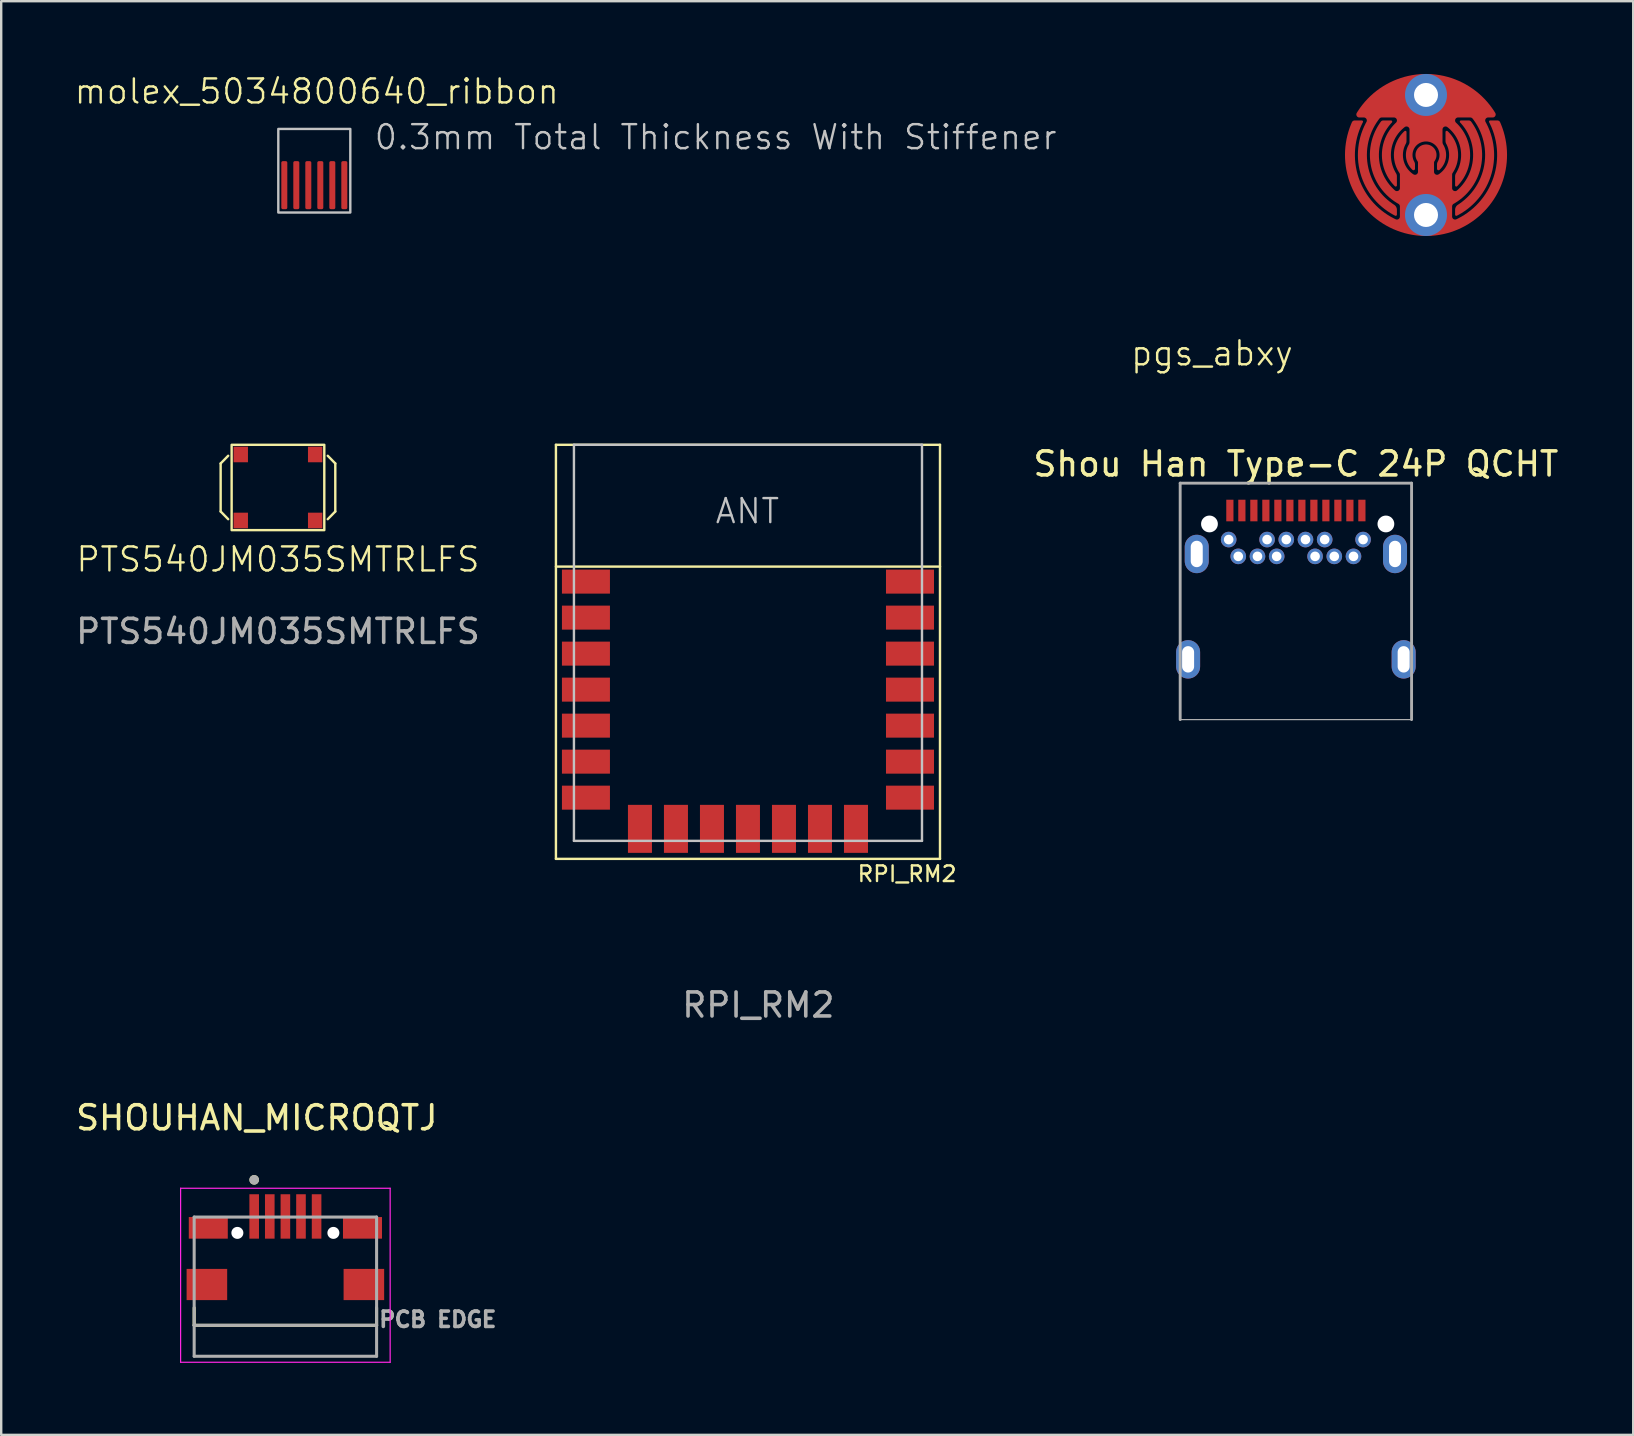
<source format=kicad_pcb>
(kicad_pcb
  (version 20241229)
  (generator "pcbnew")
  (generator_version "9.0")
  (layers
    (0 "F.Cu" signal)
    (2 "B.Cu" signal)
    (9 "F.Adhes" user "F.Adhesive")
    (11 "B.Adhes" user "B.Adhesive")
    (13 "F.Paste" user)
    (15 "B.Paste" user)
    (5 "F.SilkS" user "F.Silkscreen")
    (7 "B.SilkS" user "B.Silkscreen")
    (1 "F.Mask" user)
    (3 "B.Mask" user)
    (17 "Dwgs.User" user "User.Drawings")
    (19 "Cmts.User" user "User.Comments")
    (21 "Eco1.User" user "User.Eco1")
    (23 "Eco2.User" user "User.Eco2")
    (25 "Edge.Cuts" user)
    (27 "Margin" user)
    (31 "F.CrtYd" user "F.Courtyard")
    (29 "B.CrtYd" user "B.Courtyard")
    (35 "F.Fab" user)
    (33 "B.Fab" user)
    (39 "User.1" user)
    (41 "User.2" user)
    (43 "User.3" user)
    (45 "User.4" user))
  (footprint "PTS540JM035SMTRLFS"
    (layer "F.Cu")
    (at 8.53 17.258)
    (property "Reference" "PTS540JM035SMTRLFS" (at 0 2.997 0) (unlocked yes) (layer "F.SilkS") (effects (font (size 1 1) (thickness 0.1))))
    (attr smd)
    (fp_line (start -2.388 -1) (end -2.388 1) (stroke (width 0.1) (type default)) (layer "F.SilkS"))
    (fp_line (start -2.388 -1) (end -2.074 -1.321) (stroke (width 0.1) (type default)) (layer "F.SilkS"))
    (fp_line (start -2.388 1) (end -2.074 1.321) (stroke (width 0.1) (type default)) (layer "F.SilkS"))
    (fp_line (start 2.388 -1) (end 2.074 -1.321) (stroke (width 0.1) (type default)) (layer "F.SilkS"))
    (fp_line (start 2.388 1) (end 2.074 1.321) (stroke (width 0.1) (type default)) (layer "F.SilkS"))
    (fp_line (start 2.388 1) (end 2.388 -1) (stroke (width 0.1) (type default)) (layer "F.SilkS"))
    (fp_rect (start -1.93 -1.778) (end 1.93 1.778) (stroke (width 0.1) (type default)) (fill no) (layer "F.SilkS"))
    (fp_text user "${REFERENCE}" (at 0 5.997 0) (unlocked yes) (layer "F.Fab") (effects (font (size 1 1) (thickness 0.15))))
    (pad "1" smd rect (at -1.55 -1.375) (size 0.6 0.65) (layers "F.Cu" "F.Mask" "F.Paste"))
    (pad "2" smd rect (at 1.55 -1.375) (size 0.6 0.65) (layers "F.Cu" "F.Mask" "F.Paste"))
    (pad "3" smd rect (at -1.55 1.375) (size 0.6 0.65) (layers "F.Cu" "F.Mask" "F.Paste"))
    (pad "4" smd rect (at 1.55 1.375) (size 0.6 0.65) (layers "F.Cu" "F.Mask" "F.Paste")))
  (footprint "pgs_abxy"
    (layer "F.Cu")
    (at 56.357 3.406)
    (property "Reference" "pgs_abxy" (at -8.915 8.263 0) (unlocked yes) (layer "F.SilkS") (effects (font (size 1 1) (thickness 0.1))))
    (attr smd)
    (fp_circle (center 0 0) (end 3.4 0) (stroke (width 0.013) (type solid)) (fill yes) (layer "F.Mask"))
    (pad "1" smd custom (at -0.584 1.27) (size 0.5 0.5) (layers "F.Cu" "F.Mask") (options (anchor circle)) (primitives (gr_poly (pts (arc (start 0.918015 -0.56935) (mid 0.983555 -0.459371) (end 1.111495 -0.464788)) (arc (start 1.111495 -0.464788) (mid 1.518152 -1.037321) (end 1.427628 -1.733719)) (arc (start 1.427628 -1.733719) (mid 1.404186 -1.793418) (end 1.3967 -1.857115)) (arc (start 1.3967 -2.2259) (mid 1.426387 -2.271541) (end 1.480195 -2.263025)) (arc (start 1.480195 -2.263025) (mid 1.911812 -1.432337) (end 1.693068 -0.522124)) (arc (start 1.693068 -0.522124) (mid 1.677148 -0.488763) (end 1.6717 -0.4522)) (arc (start 1.6717 0.11067) (mid 1.745129 0.224551) (end 1.879183 0.204593)) (arc (start 1.879183 0.204593) (mid 2.544738 -1.182265) (end 2.005721 -2.623028)) (arc (start 2.005721 -2.623028) (mid 1.995996 -2.677162) (end 2.041938 -2.7075)) (arc (start 2.3654 -2.7075) (mid 2.421758 -2.694069) (end 2.465981 -2.656653)) (arc (start 2.465981 -2.656653) (mid 2.870124 -0.78168) (end 1.735152 0.764506)) (arc (start 1.735152 0.764506) (mid 1.688736 0.810341) (end 1.6717 0.8733)) (arc (start 1.6717 1.295395) (mid 1.729806 1.401007) (end 1.850114 1.408408)) (arc (start 1.850114 1.408408) (mid 3.391318 -0.323166) (end 3.213768 -2.634471)) (arc (start 3.213768 -2.634471) (mid 3.216026 -2.684375) (end 3.260345 -2.7075)) (arc (start 3.5574 -2.7075) (mid 3.625625 -2.687215) (end 3.671741 -2.632981)) (arc (start 3.671741 -2.632981) (mid 0.5842 2.105) (end -2.503341 -2.632981)) (arc (start -2.503341 -2.632981) (mid -2.457233 -2.687226) (end -2.388988 -2.7075)) (arc (start -2.089747 -2.7075) (mid -2.046971 -2.68347) (end -2.045368 -2.634471)) (arc (start -2.045368 -2.634471) (mid -2.22292 -0.323166) (end -0.681714 1.408408)) (arc (start -0.681714 1.408408) (mid -0.561411 1.400991) (end -0.5033 1.295394)) (arc (start -0.5033 0.873303) (mid -0.520317 0.810329) (end -0.566752 0.764506)) (arc (start -0.566752 0.764506) (mid -1.701724 -0.78168) (end -1.297581 -2.656653)) (arc (start -1.297581 -2.656653) (mid -1.253323 -2.694069) (end -1.196949 -2.7075)) (arc (start -0.873538 -2.7075) (mid -0.827538 -2.677196) (end -0.837321 -2.623028)) (arc (start -0.837321 -2.623028) (mid -1.376338 -1.182265) (end -0.710783 0.204593)) (arc (start -0.710783 0.204593) (mid -0.57675 0.224549) (end -0.5033 0.11067)) (arc (start -0.5033 -0.45223) (mid -0.508774 -0.488772) (end -0.524668 -0.522124)) (arc (start -0.524668 -0.522124) (mid -0.743412 -1.432337) (end -0.311795 -2.263025)) (arc (start -0.311795 -2.263025) (mid -0.257998 -2.271567) (end -0.2283 -2.225902)) (arc (start -0.2283 -1.854163) (mid -0.236155 -1.791987) (end -0.259228 -1.733719)) (arc (start -0.259228 -1.733719) (mid -0.349755 -1.037322) (end 0.056905 -0.464788)) (arc (start 0.056905 -0.464788) (mid 0.184819 -0.459397) (end 0.250385 -0.569361)) (arc (start 0.250385 -0.944588) (mid 0.24449 -0.982535) (end 0.227344 -1.016899)) (arc (start 0.227344 -1.016899) (mid 0.5842 -1.7075) (end 0.941056 -1.016899)) (arc (start 0.941056 -1.016899) (mid 0.923924 -0.982537) (end 0.918015 -0.9446))) (width 0) (fill yes))))
    (pad "1" thru_hole circle (at 0 2.5) (size 1.75 1.75) (drill 1) (layers "*.Cu" "*.Mask"))
    (pad "2" smd custom (at -1.524 -2.438) (size 0.5 0.5) (layers "F.Cu" "F.Mask") (options (anchor circle)) (primitives (gr_poly (pts (arc (start 0.311499 3.329326) (mid 0.302203 3.261783) (end 0.275004 3.199264)) (arc (start 0.275004 3.199264) (mid 0.08656 2.168822) (end 0.635565 1.276681)) (arc (start 0.635565 1.276681) (mid 0.766877 1.263908) (end 0.8365 1.375973)) (arc (start 0.8365 1.901043) (mid 0.829136 1.954818) (end 0.807584 2.004632)) (arc (start 0.807584 2.004632) (mid 0.695204 2.558816) (end 0.960644 3.058106)) (arc (start 0.960644 3.058106) (mid 1.027969 3.069022) (end 1.065185 3.011861)) (arc (start 1.065185 2.835558) (mid 1.057077 2.77241) (end 1.033282 2.713358)) (arc (start 1.033282 2.713358) (mid 1.524 1.8759) (end 2.014718 2.713358)) (arc (start 2.014718 2.713358) (mid 1.990923 2.772411) (end 1.982815 2.83556)) (arc (start 1.982815 3.0119) (mid 2.020047 3.06903) (end 2.087356 3.058106)) (arc (start 2.087356 3.058106) (mid 2.352798 2.558816) (end 2.240416 2.004632)) (arc (start 2.240416 2.004632) (mid 2.218854 1.95482) (end 2.2115 1.901045)) (arc (start 2.2115 1.37601) (mid 2.281118 1.263937) (end 2.412435 1.276681)) (arc (start 2.412435 1.276681) (mid 2.961442 2.168822) (end 2.772996 3.199264)) (arc (start 2.772996 3.199264) (mid 2.745798 3.261754) (end 2.7365 3.32927)) (arc (start 2.7365 3.7038) (mid 2.767293 3.750031) (end 2.821815 3.739201)) (arc (start 2.821815 3.739201) (mid 3.361212 2.405863) (end 2.774941 1.092461)) (arc (start 2.774941 1.092461) (mid 2.743701 0.955185) (end 2.86004 0.8759)) (arc (start 3.3672 0.8759) (mid 3.42207 0.888559) (end 3.465799 0.924028)) (arc (start 3.465799 0.924028) (mid 3.951212 2.853789) (end 2.851707 4.512309)) (arc (start 2.851707 4.512309) (mid 2.767177 4.602894) (end 2.7365 4.72294)) (arc (start 2.7365 4.9236) (mid 2.760308 4.966253) (end 2.809146 4.968184)) (arc (start 2.809146 4.968184) (mid 4.237214 3.268986) (end 4.005069 1.061554)) (arc (start 4.005069 1.061554) (mid 4.007358 0.936337) (end 4.117092 0.8759)) (arc (start 4.301561 0.8759) (mid 4.410519 0.812208) (end 4.40839 0.685996)) (arc (start 4.40839 0.685996) (mid 1.524 -0.9366) (end -1.36039 0.685996)) (arc (start -1.36039 0.685996) (mid -1.362506 0.812186) (end -1.253561 0.8759)) (arc (start -1.066366 0.8759) (mid -0.958648 0.937484) (end -0.957069 1.061554)) (arc (start -0.957069 1.061554) (mid -1.189213 3.268987) (end 0.238854 4.968184)) (arc (start 0.238854 4.968184) (mid 0.287651 4.966222) (end 0.3115 4.923606)) (arc (start 0.3115 4.722858) (mid 0.280815 4.602854) (end 0.196293 4.512309)) (arc (start 0.196293 4.512309) (mid -0.903212 2.853789) (end -0.417799 0.924028)) (arc (start -0.417799 0.924028) (mid -0.374075 0.888574) (end -0.319228 0.8759)) (arc (start 0.187961 0.8759) (mid 0.304301 0.955184) (end 0.273059 1.092461)) (arc (start 0.273059 1.092461) (mid -0.313212 2.405863) (end 0.226185 3.739201)) (arc (start 0.226185 3.739201) (mid 0.280661 3.749988) (end 0.3115 3.703805)) (xy 0.311 3.329)) (width 0) (fill yes))))
    (pad "2" thru_hole circle (at 0 -2.5) (size 1.75 1.75) (drill 1) (layers "*.Cu" "*.Mask")))
  (footprint "RPI_RM2"
    (layer "F.Cu")
    (at 28.11 23.73)
    (property "Reference" "RPI_RM2" (at 6.629 9.627 0) (unlocked yes) (layer "F.SilkS") (effects (font (size 0.65 0.65) (thickness 0.1))))
    (attr smd)
    (fp_line (start -8 -8.25) (end 8 -8.25) (stroke (width 0.1) (type default)) (layer "F.SilkS"))
    (fp_line (start -8 -3.175) (end 8 -3.175) (stroke (width 0.1) (type default)) (layer "F.SilkS"))
    (fp_line (start -8 9) (end -8 -8.25) (stroke (width 0.1) (type default)) (layer "F.SilkS"))
    (fp_line (start -8 9) (end 8 9) (stroke (width 0.1) (type default)) (layer "F.SilkS"))
    (fp_line (start 8 9) (end 8 -8.25) (stroke (width 0.1) (type default)) (layer "F.SilkS"))
    (fp_line (start -7.25 -8.25) (end 7.25 -8.25) (stroke (width 0.1) (type default)) (layer "Dwgs.User"))
    (fp_line (start -7.25 8.25) (end -7.25 -8.25) (stroke (width 0.1) (type default)) (layer "Dwgs.User"))
    (fp_line (start -7.25 8.25) (end 7.25 8.25) (stroke (width 0.1) (type default)) (layer "Dwgs.User"))
    (fp_line (start 7.25 8.25) (end 7.25 -8.25) (stroke (width 0.1) (type default)) (layer "Dwgs.User"))
    (fp_text user "ANT" (at -1.422 -4.902 0) (unlocked yes) (layer "Dwgs.User") (effects (font (size 1 1) (thickness 0.1)) (justify left bottom)))
    (fp_text user "${REFERENCE}" (at 0.432 15.09 0) (unlocked yes) (layer "F.Fab") (effects (font (size 1 1) (thickness 0.15))))
    (pad "A1" smd rect (at -6.75 -2.55) (size 2 1) (layers "F.Cu" "F.Mask" "F.Paste"))
    (pad "A2" smd rect (at -6.75 -1.05) (size 2 1) (layers "F.Cu" "F.Mask" "F.Paste"))
    (pad "A3" smd rect (at -6.75 0.45) (size 2 1) (layers "F.Cu" "F.Mask" "F.Paste"))
    (pad "A4" smd rect (at -6.75 1.95) (size 2 1) (layers "F.Cu" "F.Mask" "F.Paste"))
    (pad "A5" smd rect (at -6.75 3.45) (size 2 1) (layers "F.Cu" "F.Mask" "F.Paste"))
    (pad "A6" smd rect (at -6.75 4.95) (size 2 1) (layers "F.Cu" "F.Mask" "F.Paste"))
    (pad "A7" smd rect (at -6.75 6.45) (size 2 1) (layers "F.Cu" "F.Mask" "F.Paste"))
    (pad "B1" smd rect (at -4.5 7.75) (size 1 2) (layers "F.Cu" "F.Mask" "F.Paste"))
    (pad "B2" smd rect (at -3 7.75) (size 1 2) (layers "F.Cu" "F.Mask" "F.Paste"))
    (pad "B3" smd rect (at -1.5 7.75) (size 1 2) (layers "F.Cu" "F.Mask" "F.Paste"))
    (pad "B4" smd rect (at 0 7.75) (size 1 2) (layers "F.Cu" "F.Mask" "F.Paste"))
    (pad "B5" smd rect (at 1.5 7.75) (size 1 2) (layers "F.Cu" "F.Mask" "F.Paste"))
    (pad "B6" smd rect (at 3 7.75) (size 1 2) (layers "F.Cu" "F.Mask" "F.Paste"))
    (pad "B7" smd rect (at 4.5 7.75) (size 1 2) (layers "F.Cu" "F.Mask" "F.Paste"))
    (pad "C1" smd rect (at 6.75 6.45) (size 2 1) (layers "F.Cu" "F.Mask" "F.Paste"))
    (pad "C2" smd rect (at 6.75 4.95) (size 2 1) (layers "F.Cu" "F.Mask" "F.Paste"))
    (pad "C3" smd rect (at 6.75 3.45) (size 2 1) (layers "F.Cu" "F.Mask" "F.Paste"))
    (pad "C4" smd rect (at 6.75 1.95) (size 2 1) (layers "F.Cu" "F.Mask" "F.Paste"))
    (pad "C5" smd rect (at 6.75 0.45) (size 2 1) (layers "F.Cu" "F.Mask" "F.Paste"))
    (pad "C6" smd rect (at 6.75 -1.05) (size 2 1) (layers "F.Cu" "F.Mask" "F.Paste"))
    (pad "C7" smd rect (at 6.75 -2.55) (size 2 1) (layers "F.Cu" "F.Mask" "F.Paste")))
  (footprint "molex_5034800640_ribbon"
    (layer "F.Cu")
    (at 10.044 4.164)
    (property "Reference" "molex_5034800640_ribbon" (at 0.102 -3.404 0) (unlocked yes) (layer "F.SilkS") (effects (font (size 1 1) (thickness 0.1))))
    (attr smd)
    (fp_poly (pts (xy 1.5 1.639) (xy -1.5 1.639) (xy -1.5 -1.842) (xy 1.5 -1.842)) (stroke (width 0.1) (type solid)) (fill no) (layer "Dwgs.User"))
    (fp_text user "0.3mm Total Thickness With Stiffener" (at 2.438 -0.914 0) (unlocked yes) (layer "Dwgs.User") (effects (font (size 1 1) (thickness 0.1)) (justify left bottom)))
    (pad "1" connect roundrect (at 1.25 0.5) (size 0.25 2) (layers "F.Cu" "F.Mask") (roundrect_rratio 0.25))
    (pad "2" connect roundrect (at 0.75 0.5) (size 0.25 2) (layers "F.Cu" "F.Mask") (roundrect_rratio 0.25))
    (pad "3" connect roundrect (at 0.25 0.5) (size 0.25 2) (layers "F.Cu" "F.Mask") (roundrect_rratio 0.25))
    (pad "4" connect roundrect (at -0.25 0.5) (size 0.25 2) (layers "F.Cu" "F.Mask") (roundrect_rratio 0.25))
    (pad "5" connect roundrect (at -0.75 0.5) (size 0.25 2) (layers "F.Cu" "F.Mask") (roundrect_rratio 0.25))
    (pad "6" connect roundrect (at -1.25 0.5) (size 0.25 2) (layers "F.Cu" "F.Mask") (roundrect_rratio 0.25)))
  (footprint "SHOUHAN_MICROQTJ"
    (layer "F.Cu")
    (at 8.839 48.312)
    (property "Reference" "SHOUHAN_MICROQTJ" (at -1.19 -4.795 0) (layer "F.SilkS") (effects (font (size 1 1) (thickness 0.15))))
    (attr smd)
    (fp_line (start -3.8 3.85) (end -3.8 3.12) (stroke (width 0.127) (type solid)) (layer "F.SilkS"))
    (fp_line (start 3.8 3.85) (end -3.8 3.85) (stroke (width 0.127) (type solid)) (layer "F.SilkS"))
    (fp_line (start 3.8 3.85) (end 3.8 3.12) (stroke (width 0.127) (type solid)) (layer "F.SilkS"))
    (fp_circle (center -1.3 -2.21) (end -1.2 -2.21) (stroke (width 0.2) (type solid)) (fill no) (layer "F.SilkS"))
    (fp_line (start -4.365 -1.86) (end -4.365 5.39) (stroke (width 0.05) (type solid)) (layer "F.CrtYd"))
    (fp_line (start -4.365 5.39) (end 4.365 5.39) (stroke (width 0.05) (type solid)) (layer "F.CrtYd"))
    (fp_line (start 4.365 -1.86) (end -4.365 -1.86) (stroke (width 0.05) (type solid)) (layer "F.CrtYd"))
    (fp_line (start 4.365 5.39) (end 4.365 -1.86) (stroke (width 0.05) (type solid)) (layer "F.CrtYd"))
    (fp_line (start -3.8 -0.66) (end 3.8 -0.66) (stroke (width 0.127) (type solid)) (layer "F.Fab"))
    (fp_line (start -3.8 3.85) (end -3.8 -0.66) (stroke (width 0.127) (type solid)) (layer "F.Fab"))
    (fp_line (start -3.8 3.85) (end -3.8 5.14) (stroke (width 0.127) (type solid)) (layer "F.Fab"))
    (fp_line (start 3.8 -0.66) (end 3.8 3.85) (stroke (width 0.127) (type solid)) (layer "F.Fab"))
    (fp_line (start 3.8 3.85) (end -3.8 3.85) (stroke (width 0.127) (type solid)) (layer "F.Fab"))
    (fp_line (start 3.8 3.85) (end 3.8 5.14) (stroke (width 0.127) (type solid)) (layer "F.Fab"))
    (fp_line (start 3.8 5.14) (end -3.8 5.14) (stroke (width 0.127) (type solid)) (layer "F.Fab"))
    (fp_circle (center -1.3 -2.21) (end -1.2 -2.21) (stroke (width 0.2) (type solid)) (fill no) (layer "F.Fab"))
    (fp_text user "PCB EDGE" (at 6.35 3.607 0) (layer "F.Fab") (effects (font (size 0.64 0.64) (thickness 0.15))))
    (pad "" np_thru_hole circle (at -2 0) (size 0.5 0.5) (drill 0.5) (layers "*.Cu" "*.Mask"))
    (pad "" np_thru_hole circle (at 2 0) (size 0.5 0.5) (drill 0.5) (layers "*.Cu" "*.Mask"))
    (pad "1" smd rect (at -1.3 -0.685) (size 0.4 1.85) (layers "F.Cu" "F.Mask" "F.Paste"))
    (pad "2" smd rect (at -0.65 -0.685) (size 0.4 1.85) (layers "F.Cu" "F.Mask" "F.Paste"))
    (pad "3" smd rect (at 0 -0.685) (size 0.4 1.85) (layers "F.Cu" "F.Mask" "F.Paste"))
    (pad "4" smd rect (at 0.65 -0.685) (size 0.4 1.85) (layers "F.Cu" "F.Mask" "F.Paste"))
    (pad "5" smd rect (at 1.3 -0.685) (size 0.4 1.85) (layers "F.Cu" "F.Mask" "F.Paste"))
    (pad "SH1" smd rect (at -3.212 -0.21) (size 1.625 0.9) (layers "F.Cu" "F.Mask" "F.Paste"))
    (pad "SH2" smd rect (at 3.212 -0.21) (size 1.625 0.9) (layers "F.Cu" "F.Mask" "F.Paste"))
    (pad "SH3" smd rect (at -3.27 2.15) (size 1.69 1.3) (layers "F.Cu" "F.Mask" "F.Paste"))
    (pad "SH4" smd rect (at 3.27 2.15) (size 1.69 1.3) (layers "F.Cu" "F.Mask" "F.Paste")))
  (footprint "Shou Han Type-C 24P QCHT"
    (layer "F.Cu")
    (at 50.936 26.278)
    (property "Reference" "Shou Han Type-C 24P QCHT" (at 0 -10 180) (layer "F.SilkS") (effects (font (size 1 1) (thickness 0.15))))
    (attr smd)
    (fp_line (start -4.82 -9.2) (end -4.82 0.65) (stroke (width 0.12) (type solid)) (layer "F.Fab"))
    (fp_line (start -4.82 0.65) (end 4.82 0.65) (stroke (width 0.05) (type solid)) (layer "F.Fab"))
    (fp_line (start 4.82 -9.2) (end -4.82 -9.2) (stroke (width 0.12) (type solid)) (layer "F.Fab"))
    (fp_line (start 4.82 0.65) (end 4.82 -9.2) (stroke (width 0.12) (type solid)) (layer "F.Fab"))
    (pad "" np_thru_hole circle (at -3.6 -7.5) (size 0.7 0.7) (drill 0.7) (layers "*.Cu" "*.Mask"))
    (pad "" np_thru_hole circle (at 3.75 -7.5) (size 0.7 0.7) (drill 0.7) (layers "*.Cu" "*.Mask"))
    (pad "A1" smd rect (at -2.75 -8.06) (size 0.3 0.9) (layers "F.Cu" "F.Mask" "F.Paste"))
    (pad "A2" smd rect (at -2.25 -8.06) (size 0.3 0.9) (layers "F.Cu" "F.Mask" "F.Paste"))
    (pad "A3" smd rect (at -1.75 -8.06) (size 0.3 0.9) (layers "F.Cu" "F.Mask" "F.Paste"))
    (pad "A4" smd rect (at -1.25 -8.06) (size 0.3 0.9) (layers "F.Cu" "F.Mask" "F.Paste"))
    (pad "A5" smd rect (at -0.75 -8.06) (size 0.3 0.9) (layers "F.Cu" "F.Mask" "F.Paste"))
    (pad "A6" smd rect (at -0.25 -8.06) (size 0.3 0.9) (layers "F.Cu" "F.Mask" "F.Paste"))
    (pad "A7" smd rect (at 0.25 -8.06) (size 0.3 0.9) (layers "F.Cu" "F.Mask" "F.Paste"))
    (pad "A8" smd rect (at 0.75 -8.06) (size 0.3 0.9) (layers "F.Cu" "F.Mask" "F.Paste"))
    (pad "A9" smd rect (at 1.25 -8.06) (size 0.3 0.9) (layers "F.Cu" "F.Mask" "F.Paste"))
    (pad "A10" smd rect (at 1.75 -8.06) (size 0.3 0.9) (layers "F.Cu" "F.Mask" "F.Paste"))
    (pad "A11" smd rect (at 2.25 -8.06) (size 0.3 0.9) (layers "F.Cu" "F.Mask" "F.Paste"))
    (pad "A12" smd rect (at 2.75 -8.06) (size 0.3 0.9) (layers "F.Cu" "F.Mask" "F.Paste"))
    (pad "B1" thru_hole circle (at 2.8 -6.85) (size 0.65 0.65) (drill 0.4) (layers "*.Cu" "*.Mask"))
    (pad "B2" thru_hole circle (at 2.4 -6.15) (size 0.65 0.65) (drill 0.4) (layers "*.Cu" "*.Mask"))
    (pad "B3" thru_hole circle (at 1.6 -6.15) (size 0.65 0.65) (drill 0.4) (layers "*.Cu" "*.Mask"))
    (pad "B4" thru_hole circle (at 1.2 -6.85) (size 0.65 0.65) (drill 0.4) (layers "*.Cu" "*.Mask"))
    (pad "B5" thru_hole circle (at 0.8 -6.15) (size 0.65 0.65) (drill 0.4) (layers "*.Cu" "*.Mask"))
    (pad "B6" thru_hole circle (at 0.4 -6.85) (size 0.65 0.65) (drill 0.4) (layers "*.Cu" "*.Mask"))
    (pad "B7" thru_hole circle (at -0.4 -6.85) (size 0.65 0.65) (drill 0.4) (layers "*.Cu" "*.Mask"))
    (pad "B8" thru_hole circle (at -0.8 -6.15) (size 0.65 0.65) (drill 0.4) (layers "*.Cu" "*.Mask"))
    (pad "B9" thru_hole circle (at -1.2 -6.85) (size 0.65 0.65) (drill 0.4) (layers "*.Cu" "*.Mask"))
    (pad "B10" thru_hole circle (at -1.6 -6.15) (size 0.65 0.65) (drill 0.4) (layers "*.Cu" "*.Mask"))
    (pad "B11" thru_hole circle (at -2.4 -6.15) (size 0.65 0.65) (drill 0.4) (layers "*.Cu" "*.Mask"))
    (pad "B12" thru_hole circle (at -2.8 -6.85) (size 0.65 0.65) (drill 0.4) (layers "*.Cu" "*.Mask"))
    (pad "S1" thru_hole oval (at -4.49 -1.86) (size 1 1.6) (drill oval 0.5 1.1) (layers "*.Cu" "*.Mask"))
    (pad "S1" thru_hole oval (at -4.13 -6.25) (size 1 1.6) (drill oval 0.5 1.1) (layers "*.Cu" "*.Mask"))
    (pad "S1" thru_hole oval (at 4.13 -6.25) (size 1 1.6) (drill oval 0.5 1.1) (layers "*.Cu" "*.Mask"))
    (pad "S1" thru_hole oval (at 4.49 -1.86) (size 1 1.6) (drill oval 0.5 1.1) (layers "*.Cu" "*.Mask")))
  (gr_rect
    (start -3 -3)
    (end 64.989 56.727)
    (stroke (width 0.1) (type default))
    (fill no)
    (layer "Edge.Cuts")))
</source>
